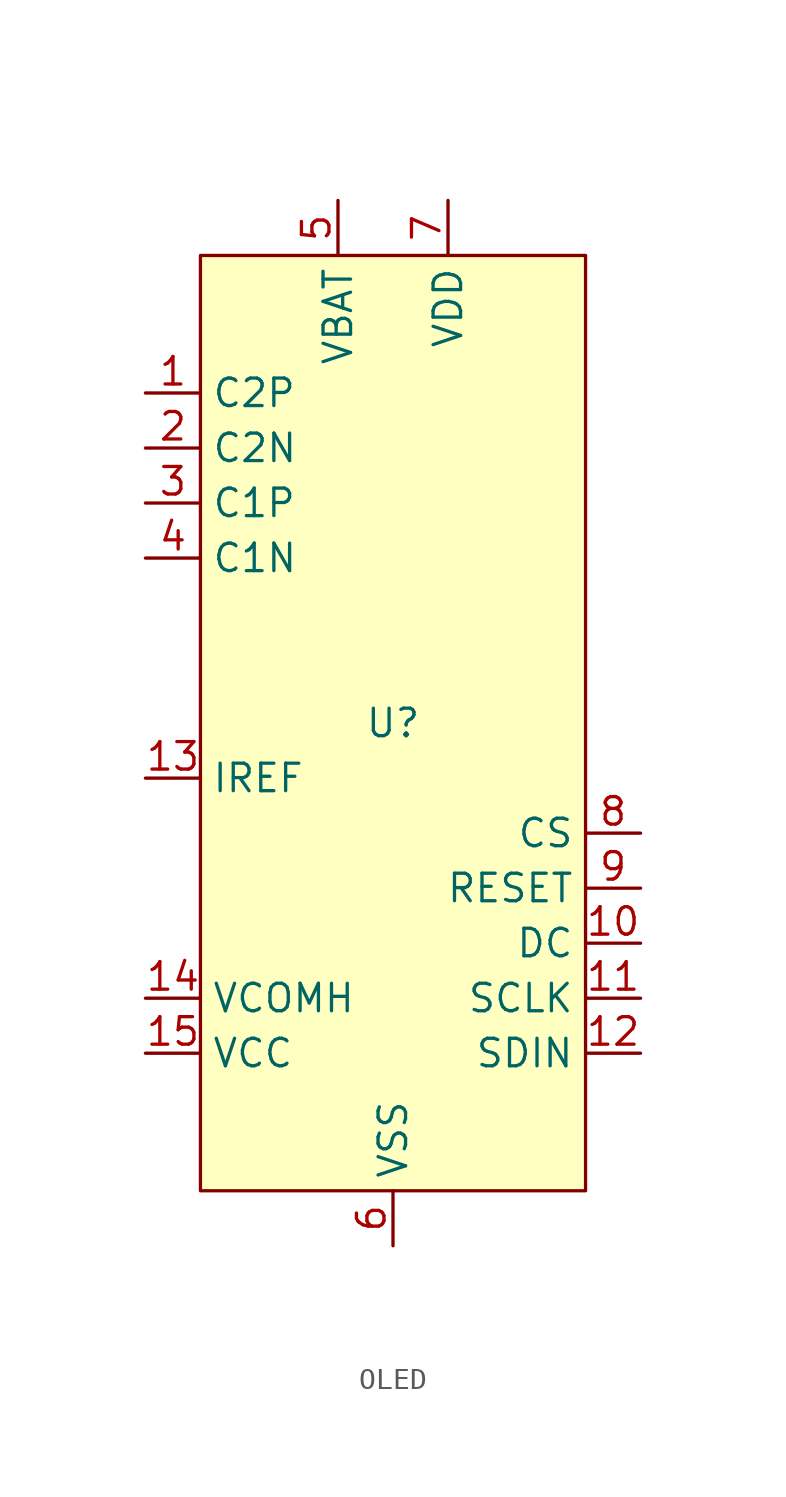
<source format=kicad_sym>
(kicad_symbol_lib
  (version 20231120)
  (generator "kicad_symbol_editor")
  (generator_version "8.0")
  (symbol "OLED"
    (property "Reference" "U"
      (at 0 0 0)
      (effects (font (size 1.27 1.27))))
    (property "Value" ""
      (at 0 5.08 0)
      (effects (font (size 1.27 1.27))))
    (symbol "OLED_1_1"
      (rectangle (start -8.89 21.59) (end 8.89 -21.59) (stroke (width 0) (type default)) (fill (type background)))
      (pin passive line (at -11.43 15.24 0) (length 2.54) (name "C2P" (effects (font (size 1.27 1.27)))) (number "1" (effects (font (size 1.27 1.27)))))
      (pin input line (at 11.43 -10.16 180) (length 2.54) (name "DC" (effects (font (size 1.27 1.27)))) (number "10" (effects (font (size 1.27 1.27)))))
      (pin input line (at 11.43 -12.7 180) (length 2.54) (name "SCLK" (effects (font (size 1.27 1.27)))) (number "11" (effects (font (size 1.27 1.27)))))
      (pin input line (at 11.43 -15.24 180) (length 2.54) (name "SDIN" (effects (font (size 1.27 1.27)))) (number "12" (effects (font (size 1.27 1.27)))))
      (pin passive line (at -11.43 -2.54 0) (length 2.54) (name "IREF" (effects (font (size 1.27 1.27)))) (number "13" (effects (font (size 1.27 1.27)))))
      (pin passive line (at -11.43 -12.7 0) (length 2.54) (name "VCOMH" (effects (font (size 1.27 1.27)))) (number "14" (effects (font (size 1.27 1.27)))))
      (pin power_in line (at -11.43 -15.24 0) (length 2.54) (name "VCC" (effects (font (size 1.27 1.27)))) (number "15" (effects (font (size 1.27 1.27)))))
      (pin passive line (at -11.43 12.7 0) (length 2.54) (name "C2N" (effects (font (size 1.27 1.27)))) (number "2" (effects (font (size 1.27 1.27)))))
      (pin passive line (at -11.43 10.16 0) (length 2.54) (name "C1P" (effects (font (size 1.27 1.27)))) (number "3" (effects (font (size 1.27 1.27)))))
      (pin passive line (at -11.43 7.62 0) (length 2.54) (name "C1N" (effects (font (size 1.27 1.27)))) (number "4" (effects (font (size 1.27 1.27)))))
      (pin power_in line (at -2.54 24.13 270) (length 2.54) (name "VBAT" (effects (font (size 1.27 1.27)))) (number "5" (effects (font (size 1.27 1.27)))))
      (pin power_in line (at 0 -24.13 90) (length 2.54) (name "VSS" (effects (font (size 1.27 1.27)))) (number "6" (effects (font (size 1.27 1.27)))))
      (pin power_in line (at 2.54 24.13 270) (length 2.54) (name "VDD" (effects (font (size 1.27 1.27)))) (number "7" (effects (font (size 1.27 1.27)))))
      (pin input line (at 11.43 -5.08 180) (length 2.54) (name "CS" (effects (font (size 1.27 1.27)))) (number "8" (effects (font (size 1.27 1.27)))))
      (pin input line (at 11.43 -7.62 180) (length 2.54) (name "RESET" (effects (font (size 1.27 1.27)))) (number "9" (effects (font (size 1.27 1.27))))))))
</source>
